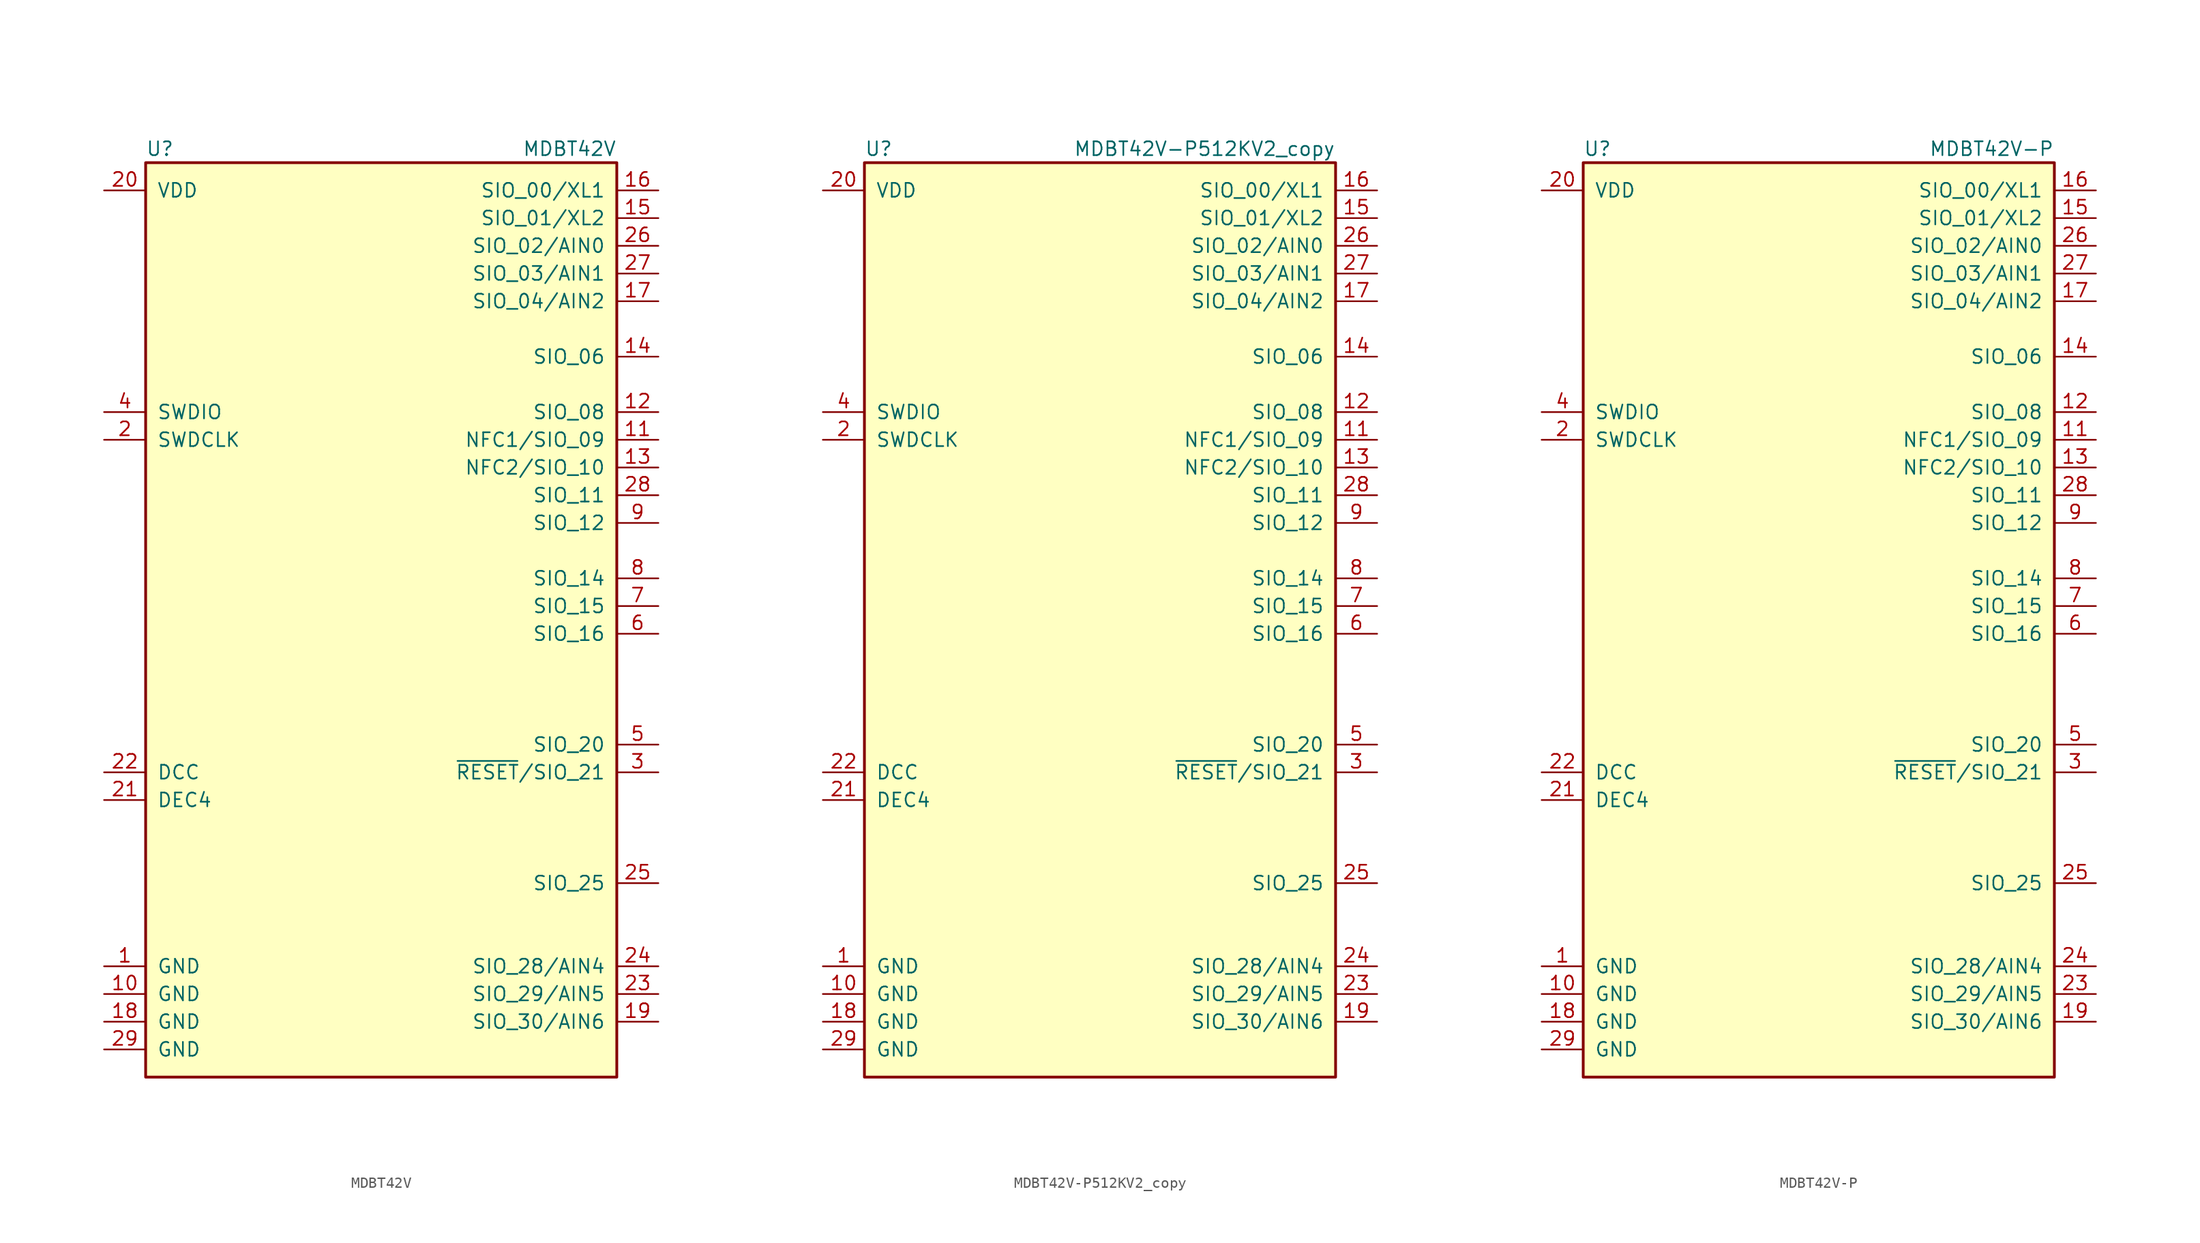
<source format=kicad_sym>
(kicad_symbol_lib
  (version 20211014)
  (generator kicad_symbol_editor)
  (symbol "MDBT42V"
    (pin_names
      (offset 1.016))
    (property "Reference" "U"
      (at -21.59 41.91 0)
      (effects (font (size 1.27 1.27)) (justify left)))
    (property "Value" "MDBT42V"
      (at 21.59 41.91 0)
      (effects (font (size 1.27 1.27)) (justify right)))
    (symbol "MDBT42V_0_1"
      (rectangle (start 21.59 40.64) (end -21.59 -43.18) (stroke (width 0.254) (type default) (color 0 0 0 0)) (fill (type background))))
    (symbol "MDBT42V_1_1"
      (pin power_in line (at -25.4 -33.02 0) (length 3.81) (name "GND" (effects (font (size 1.27 1.27)))) (number "1" (effects (font (size 1.27 1.27)))))
      (pin power_in line (at -25.4 -35.56 0) (length 3.81) (name "GND" (effects (font (size 1.27 1.27)))) (number "10" (effects (font (size 1.27 1.27)))))
      (pin bidirectional line (at 25.4 15.24 180) (length 3.81) (name "NFC1/SIO_09" (effects (font (size 1.27 1.27)))) (number "11" (effects (font (size 1.27 1.27)))))
      (pin bidirectional line (at 25.4 17.78 180) (length 3.81) (name "SIO_08" (effects (font (size 1.27 1.27)))) (number "12" (effects (font (size 1.27 1.27)))))
      (pin bidirectional line (at 25.4 12.7 180) (length 3.81) (name "NFC2/SIO_10" (effects (font (size 1.27 1.27)))) (number "13" (effects (font (size 1.27 1.27)))))
      (pin bidirectional line (at 25.4 22.86 180) (length 3.81) (name "SIO_06" (effects (font (size 1.27 1.27)))) (number "14" (effects (font (size 1.27 1.27)))))
      (pin bidirectional line (at 25.4 35.56 180) (length 3.81) (name "SIO_01/XL2" (effects (font (size 1.27 1.27)))) (number "15" (effects (font (size 1.27 1.27)))))
      (pin bidirectional line (at 25.4 38.1 180) (length 3.81) (name "SIO_00/XL1" (effects (font (size 1.27 1.27)))) (number "16" (effects (font (size 1.27 1.27)))))
      (pin bidirectional line (at 25.4 27.94 180) (length 3.81) (name "SIO_04/AIN2" (effects (font (size 1.27 1.27)))) (number "17" (effects (font (size 1.27 1.27)))))
      (pin power_in line (at -25.4 -38.1 0) (length 3.81) (name "GND" (effects (font (size 1.27 1.27)))) (number "18" (effects (font (size 1.27 1.27)))))
      (pin bidirectional line (at 25.4 -38.1 180) (length 3.81) (name "SIO_30/AIN6" (effects (font (size 1.27 1.27)))) (number "19" (effects (font (size 1.27 1.27)))))
      (pin input line (at -25.4 15.24 0) (length 3.81) (name "SWDCLK" (effects (font (size 1.27 1.27)))) (number "2" (effects (font (size 1.27 1.27)))))
      (pin power_in line (at -25.4 38.1 0) (length 3.81) (name "VDD" (effects (font (size 1.27 1.27)))) (number "20" (effects (font (size 1.27 1.27)))))
      (pin passive line (at -25.4 -17.78 0) (length 3.81) (name "DEC4" (effects (font (size 1.27 1.27)))) (number "21" (effects (font (size 1.27 1.27)))))
      (pin passive line (at -25.4 -15.24 0) (length 3.81) (name "DCC" (effects (font (size 1.27 1.27)))) (number "22" (effects (font (size 1.27 1.27)))))
      (pin bidirectional line (at 25.4 -35.56 180) (length 3.81) (name "SIO_29/AIN5" (effects (font (size 1.27 1.27)))) (number "23" (effects (font (size 1.27 1.27)))))
      (pin bidirectional line (at 25.4 -33.02 180) (length 3.81) (name "SIO_28/AIN4" (effects (font (size 1.27 1.27)))) (number "24" (effects (font (size 1.27 1.27)))))
      (pin bidirectional line (at 25.4 -25.4 180) (length 3.81) (name "SIO_25" (effects (font (size 1.27 1.27)))) (number "25" (effects (font (size 1.27 1.27)))))
      (pin bidirectional line (at 25.4 33.02 180) (length 3.81) (name "SIO_02/AIN0" (effects (font (size 1.27 1.27)))) (number "26" (effects (font (size 1.27 1.27)))))
      (pin bidirectional line (at 25.4 30.48 180) (length 3.81) (name "SIO_03/AIN1" (effects (font (size 1.27 1.27)))) (number "27" (effects (font (size 1.27 1.27)))))
      (pin bidirectional line (at 25.4 10.16 180) (length 3.81) (name "SIO_11" (effects (font (size 1.27 1.27)))) (number "28" (effects (font (size 1.27 1.27)))))
      (pin power_in line (at -25.4 -40.64 0) (length 3.81) (name "GND" (effects (font (size 1.27 1.27)))) (number "29" (effects (font (size 1.27 1.27)))))
      (pin bidirectional line (at 25.4 -15.24 180) (length 3.81) (name "~{RESET}/SIO_21" (effects (font (size 1.27 1.27)))) (number "3" (effects (font (size 1.27 1.27)))))
      (pin bidirectional line (at -25.4 17.78 0) (length 3.81) (name "SWDIO" (effects (font (size 1.27 1.27)))) (number "4" (effects (font (size 1.27 1.27)))))
      (pin bidirectional line (at 25.4 -12.7 180) (length 3.81) (name "SIO_20" (effects (font (size 1.27 1.27)))) (number "5" (effects (font (size 1.27 1.27)))))
      (pin bidirectional line (at 25.4 -2.54 180) (length 3.81) (name "SIO_16" (effects (font (size 1.27 1.27)))) (number "6" (effects (font (size 1.27 1.27)))))
      (pin bidirectional line (at 25.4 0 180) (length 3.81) (name "SIO_15" (effects (font (size 1.27 1.27)))) (number "7" (effects (font (size 1.27 1.27)))))
      (pin bidirectional line (at 25.4 2.54 180) (length 3.81) (name "SIO_14" (effects (font (size 1.27 1.27)))) (number "8" (effects (font (size 1.27 1.27)))))
      (pin bidirectional line (at 25.4 7.62 180) (length 3.81) (name "SIO_12" (effects (font (size 1.27 1.27)))) (number "9" (effects (font (size 1.27 1.27)))))))
  (symbol "MDBT42V-P512KV2_copy"
    (pin_names
      (offset 1.016))
    (property "Reference" "U"
      (at -21.59 41.91 0)
      (effects (font (size 1.27 1.27)) (justify left)))
    (property "Value" "MDBT42V-P512KV2_copy"
      (at 21.59 41.91 0)
      (effects (font (size 1.27 1.27)) (justify right)))
    (symbol "MDBT42V-P512KV2_copy_0_1"
      (rectangle (start 21.59 40.64) (end -21.59 -43.18) (stroke (width 0.254) (type default) (color 0 0 0 0)) (fill (type background))))
    (symbol "MDBT42V-P512KV2_copy_1_1"
      (pin power_in line (at -25.4 -33.02 0) (length 3.81) (name "GND" (effects (font (size 1.27 1.27)))) (number "1" (effects (font (size 1.27 1.27)))))
      (pin power_in line (at -25.4 -35.56 0) (length 3.81) (name "GND" (effects (font (size 1.27 1.27)))) (number "10" (effects (font (size 1.27 1.27)))))
      (pin bidirectional line (at 25.4 15.24 180) (length 3.81) (name "NFC1/SIO_09" (effects (font (size 1.27 1.27)))) (number "11" (effects (font (size 1.27 1.27)))))
      (pin bidirectional line (at 25.4 17.78 180) (length 3.81) (name "SIO_08" (effects (font (size 1.27 1.27)))) (number "12" (effects (font (size 1.27 1.27)))))
      (pin bidirectional line (at 25.4 12.7 180) (length 3.81) (name "NFC2/SIO_10" (effects (font (size 1.27 1.27)))) (number "13" (effects (font (size 1.27 1.27)))))
      (pin bidirectional line (at 25.4 22.86 180) (length 3.81) (name "SIO_06" (effects (font (size 1.27 1.27)))) (number "14" (effects (font (size 1.27 1.27)))))
      (pin bidirectional line (at 25.4 35.56 180) (length 3.81) (name "SIO_01/XL2" (effects (font (size 1.27 1.27)))) (number "15" (effects (font (size 1.27 1.27)))))
      (pin bidirectional line (at 25.4 38.1 180) (length 3.81) (name "SIO_00/XL1" (effects (font (size 1.27 1.27)))) (number "16" (effects (font (size 1.27 1.27)))))
      (pin bidirectional line (at 25.4 27.94 180) (length 3.81) (name "SIO_04/AIN2" (effects (font (size 1.27 1.27)))) (number "17" (effects (font (size 1.27 1.27)))))
      (pin power_in line (at -25.4 -38.1 0) (length 3.81) (name "GND" (effects (font (size 1.27 1.27)))) (number "18" (effects (font (size 1.27 1.27)))))
      (pin bidirectional line (at 25.4 -38.1 180) (length 3.81) (name "SIO_30/AIN6" (effects (font (size 1.27 1.27)))) (number "19" (effects (font (size 1.27 1.27)))))
      (pin input line (at -25.4 15.24 0) (length 3.81) (name "SWDCLK" (effects (font (size 1.27 1.27)))) (number "2" (effects (font (size 1.27 1.27)))))
      (pin power_in line (at -25.4 38.1 0) (length 3.81) (name "VDD" (effects (font (size 1.27 1.27)))) (number "20" (effects (font (size 1.27 1.27)))))
      (pin passive line (at -25.4 -17.78 0) (length 3.81) (name "DEC4" (effects (font (size 1.27 1.27)))) (number "21" (effects (font (size 1.27 1.27)))))
      (pin passive line (at -25.4 -15.24 0) (length 3.81) (name "DCC" (effects (font (size 1.27 1.27)))) (number "22" (effects (font (size 1.27 1.27)))))
      (pin bidirectional line (at 25.4 -35.56 180) (length 3.81) (name "SIO_29/AIN5" (effects (font (size 1.27 1.27)))) (number "23" (effects (font (size 1.27 1.27)))))
      (pin bidirectional line (at 25.4 -33.02 180) (length 3.81) (name "SIO_28/AIN4" (effects (font (size 1.27 1.27)))) (number "24" (effects (font (size 1.27 1.27)))))
      (pin bidirectional line (at 25.4 -25.4 180) (length 3.81) (name "SIO_25" (effects (font (size 1.27 1.27)))) (number "25" (effects (font (size 1.27 1.27)))))
      (pin bidirectional line (at 25.4 33.02 180) (length 3.81) (name "SIO_02/AIN0" (effects (font (size 1.27 1.27)))) (number "26" (effects (font (size 1.27 1.27)))))
      (pin bidirectional line (at 25.4 30.48 180) (length 3.81) (name "SIO_03/AIN1" (effects (font (size 1.27 1.27)))) (number "27" (effects (font (size 1.27 1.27)))))
      (pin bidirectional line (at 25.4 10.16 180) (length 3.81) (name "SIO_11" (effects (font (size 1.27 1.27)))) (number "28" (effects (font (size 1.27 1.27)))))
      (pin power_in line (at -25.4 -40.64 0) (length 3.81) (name "GND" (effects (font (size 1.27 1.27)))) (number "29" (effects (font (size 1.27 1.27)))))
      (pin bidirectional line (at 25.4 -15.24 180) (length 3.81) (name "~{RESET}/SIO_21" (effects (font (size 1.27 1.27)))) (number "3" (effects (font (size 1.27 1.27)))))
      (pin bidirectional line (at -25.4 17.78 0) (length 3.81) (name "SWDIO" (effects (font (size 1.27 1.27)))) (number "4" (effects (font (size 1.27 1.27)))))
      (pin bidirectional line (at 25.4 -12.7 180) (length 3.81) (name "SIO_20" (effects (font (size 1.27 1.27)))) (number "5" (effects (font (size 1.27 1.27)))))
      (pin bidirectional line (at 25.4 -2.54 180) (length 3.81) (name "SIO_16" (effects (font (size 1.27 1.27)))) (number "6" (effects (font (size 1.27 1.27)))))
      (pin bidirectional line (at 25.4 0 180) (length 3.81) (name "SIO_15" (effects (font (size 1.27 1.27)))) (number "7" (effects (font (size 1.27 1.27)))))
      (pin bidirectional line (at 25.4 2.54 180) (length 3.81) (name "SIO_14" (effects (font (size 1.27 1.27)))) (number "8" (effects (font (size 1.27 1.27)))))
      (pin bidirectional line (at 25.4 7.62 180) (length 3.81) (name "SIO_12" (effects (font (size 1.27 1.27)))) (number "9" (effects (font (size 1.27 1.27)))))))
  (symbol "MDBT42V-P"
    (pin_names
      (offset 1.016))
    (property "Reference" "U"
      (at -21.59 41.91 0)
      (effects (font (size 1.27 1.27)) (justify left)))
    (property "Value" "MDBT42V-P"
      (at 21.59 41.91 0)
      (effects (font (size 1.27 1.27)) (justify right)))
    (symbol "MDBT42V-P_0_1"
      (rectangle (start 21.59 40.64) (end -21.59 -43.18) (stroke (width 0.254) (type default) (color 0 0 0 0)) (fill (type background))))
    (symbol "MDBT42V-P_1_1"
      (pin power_in line (at -25.4 -33.02 0) (length 3.81) (name "GND" (effects (font (size 1.27 1.27)))) (number "1" (effects (font (size 1.27 1.27)))))
      (pin power_in line (at -25.4 -35.56 0) (length 3.81) (name "GND" (effects (font (size 1.27 1.27)))) (number "10" (effects (font (size 1.27 1.27)))))
      (pin bidirectional line (at 25.4 15.24 180) (length 3.81) (name "NFC1/SIO_09" (effects (font (size 1.27 1.27)))) (number "11" (effects (font (size 1.27 1.27)))))
      (pin bidirectional line (at 25.4 17.78 180) (length 3.81) (name "SIO_08" (effects (font (size 1.27 1.27)))) (number "12" (effects (font (size 1.27 1.27)))))
      (pin bidirectional line (at 25.4 12.7 180) (length 3.81) (name "NFC2/SIO_10" (effects (font (size 1.27 1.27)))) (number "13" (effects (font (size 1.27 1.27)))))
      (pin bidirectional line (at 25.4 22.86 180) (length 3.81) (name "SIO_06" (effects (font (size 1.27 1.27)))) (number "14" (effects (font (size 1.27 1.27)))))
      (pin bidirectional line (at 25.4 35.56 180) (length 3.81) (name "SIO_01/XL2" (effects (font (size 1.27 1.27)))) (number "15" (effects (font (size 1.27 1.27)))))
      (pin bidirectional line (at 25.4 38.1 180) (length 3.81) (name "SIO_00/XL1" (effects (font (size 1.27 1.27)))) (number "16" (effects (font (size 1.27 1.27)))))
      (pin bidirectional line (at 25.4 27.94 180) (length 3.81) (name "SIO_04/AIN2" (effects (font (size 1.27 1.27)))) (number "17" (effects (font (size 1.27 1.27)))))
      (pin power_in line (at -25.4 -38.1 0) (length 3.81) (name "GND" (effects (font (size 1.27 1.27)))) (number "18" (effects (font (size 1.27 1.27)))))
      (pin bidirectional line (at 25.4 -38.1 180) (length 3.81) (name "SIO_30/AIN6" (effects (font (size 1.27 1.27)))) (number "19" (effects (font (size 1.27 1.27)))))
      (pin input line (at -25.4 15.24 0) (length 3.81) (name "SWDCLK" (effects (font (size 1.27 1.27)))) (number "2" (effects (font (size 1.27 1.27)))))
      (pin power_in line (at -25.4 38.1 0) (length 3.81) (name "VDD" (effects (font (size 1.27 1.27)))) (number "20" (effects (font (size 1.27 1.27)))))
      (pin passive line (at -25.4 -17.78 0) (length 3.81) (name "DEC4" (effects (font (size 1.27 1.27)))) (number "21" (effects (font (size 1.27 1.27)))))
      (pin passive line (at -25.4 -15.24 0) (length 3.81) (name "DCC" (effects (font (size 1.27 1.27)))) (number "22" (effects (font (size 1.27 1.27)))))
      (pin bidirectional line (at 25.4 -35.56 180) (length 3.81) (name "SIO_29/AIN5" (effects (font (size 1.27 1.27)))) (number "23" (effects (font (size 1.27 1.27)))))
      (pin bidirectional line (at 25.4 -33.02 180) (length 3.81) (name "SIO_28/AIN4" (effects (font (size 1.27 1.27)))) (number "24" (effects (font (size 1.27 1.27)))))
      (pin bidirectional line (at 25.4 -25.4 180) (length 3.81) (name "SIO_25" (effects (font (size 1.27 1.27)))) (number "25" (effects (font (size 1.27 1.27)))))
      (pin bidirectional line (at 25.4 33.02 180) (length 3.81) (name "SIO_02/AIN0" (effects (font (size 1.27 1.27)))) (number "26" (effects (font (size 1.27 1.27)))))
      (pin bidirectional line (at 25.4 30.48 180) (length 3.81) (name "SIO_03/AIN1" (effects (font (size 1.27 1.27)))) (number "27" (effects (font (size 1.27 1.27)))))
      (pin bidirectional line (at 25.4 10.16 180) (length 3.81) (name "SIO_11" (effects (font (size 1.27 1.27)))) (number "28" (effects (font (size 1.27 1.27)))))
      (pin power_in line (at -25.4 -40.64 0) (length 3.81) (name "GND" (effects (font (size 1.27 1.27)))) (number "29" (effects (font (size 1.27 1.27)))))
      (pin bidirectional line (at 25.4 -15.24 180) (length 3.81) (name "~{RESET}/SIO_21" (effects (font (size 1.27 1.27)))) (number "3" (effects (font (size 1.27 1.27)))))
      (pin bidirectional line (at -25.4 17.78 0) (length 3.81) (name "SWDIO" (effects (font (size 1.27 1.27)))) (number "4" (effects (font (size 1.27 1.27)))))
      (pin bidirectional line (at 25.4 -12.7 180) (length 3.81) (name "SIO_20" (effects (font (size 1.27 1.27)))) (number "5" (effects (font (size 1.27 1.27)))))
      (pin bidirectional line (at 25.4 -2.54 180) (length 3.81) (name "SIO_16" (effects (font (size 1.27 1.27)))) (number "6" (effects (font (size 1.27 1.27)))))
      (pin bidirectional line (at 25.4 0 180) (length 3.81) (name "SIO_15" (effects (font (size 1.27 1.27)))) (number "7" (effects (font (size 1.27 1.27)))))
      (pin bidirectional line (at 25.4 2.54 180) (length 3.81) (name "SIO_14" (effects (font (size 1.27 1.27)))) (number "8" (effects (font (size 1.27 1.27)))))
      (pin bidirectional line (at 25.4 7.62 180) (length 3.81) (name "SIO_12" (effects (font (size 1.27 1.27)))) (number "9" (effects (font (size 1.27 1.27))))))))
</source>
